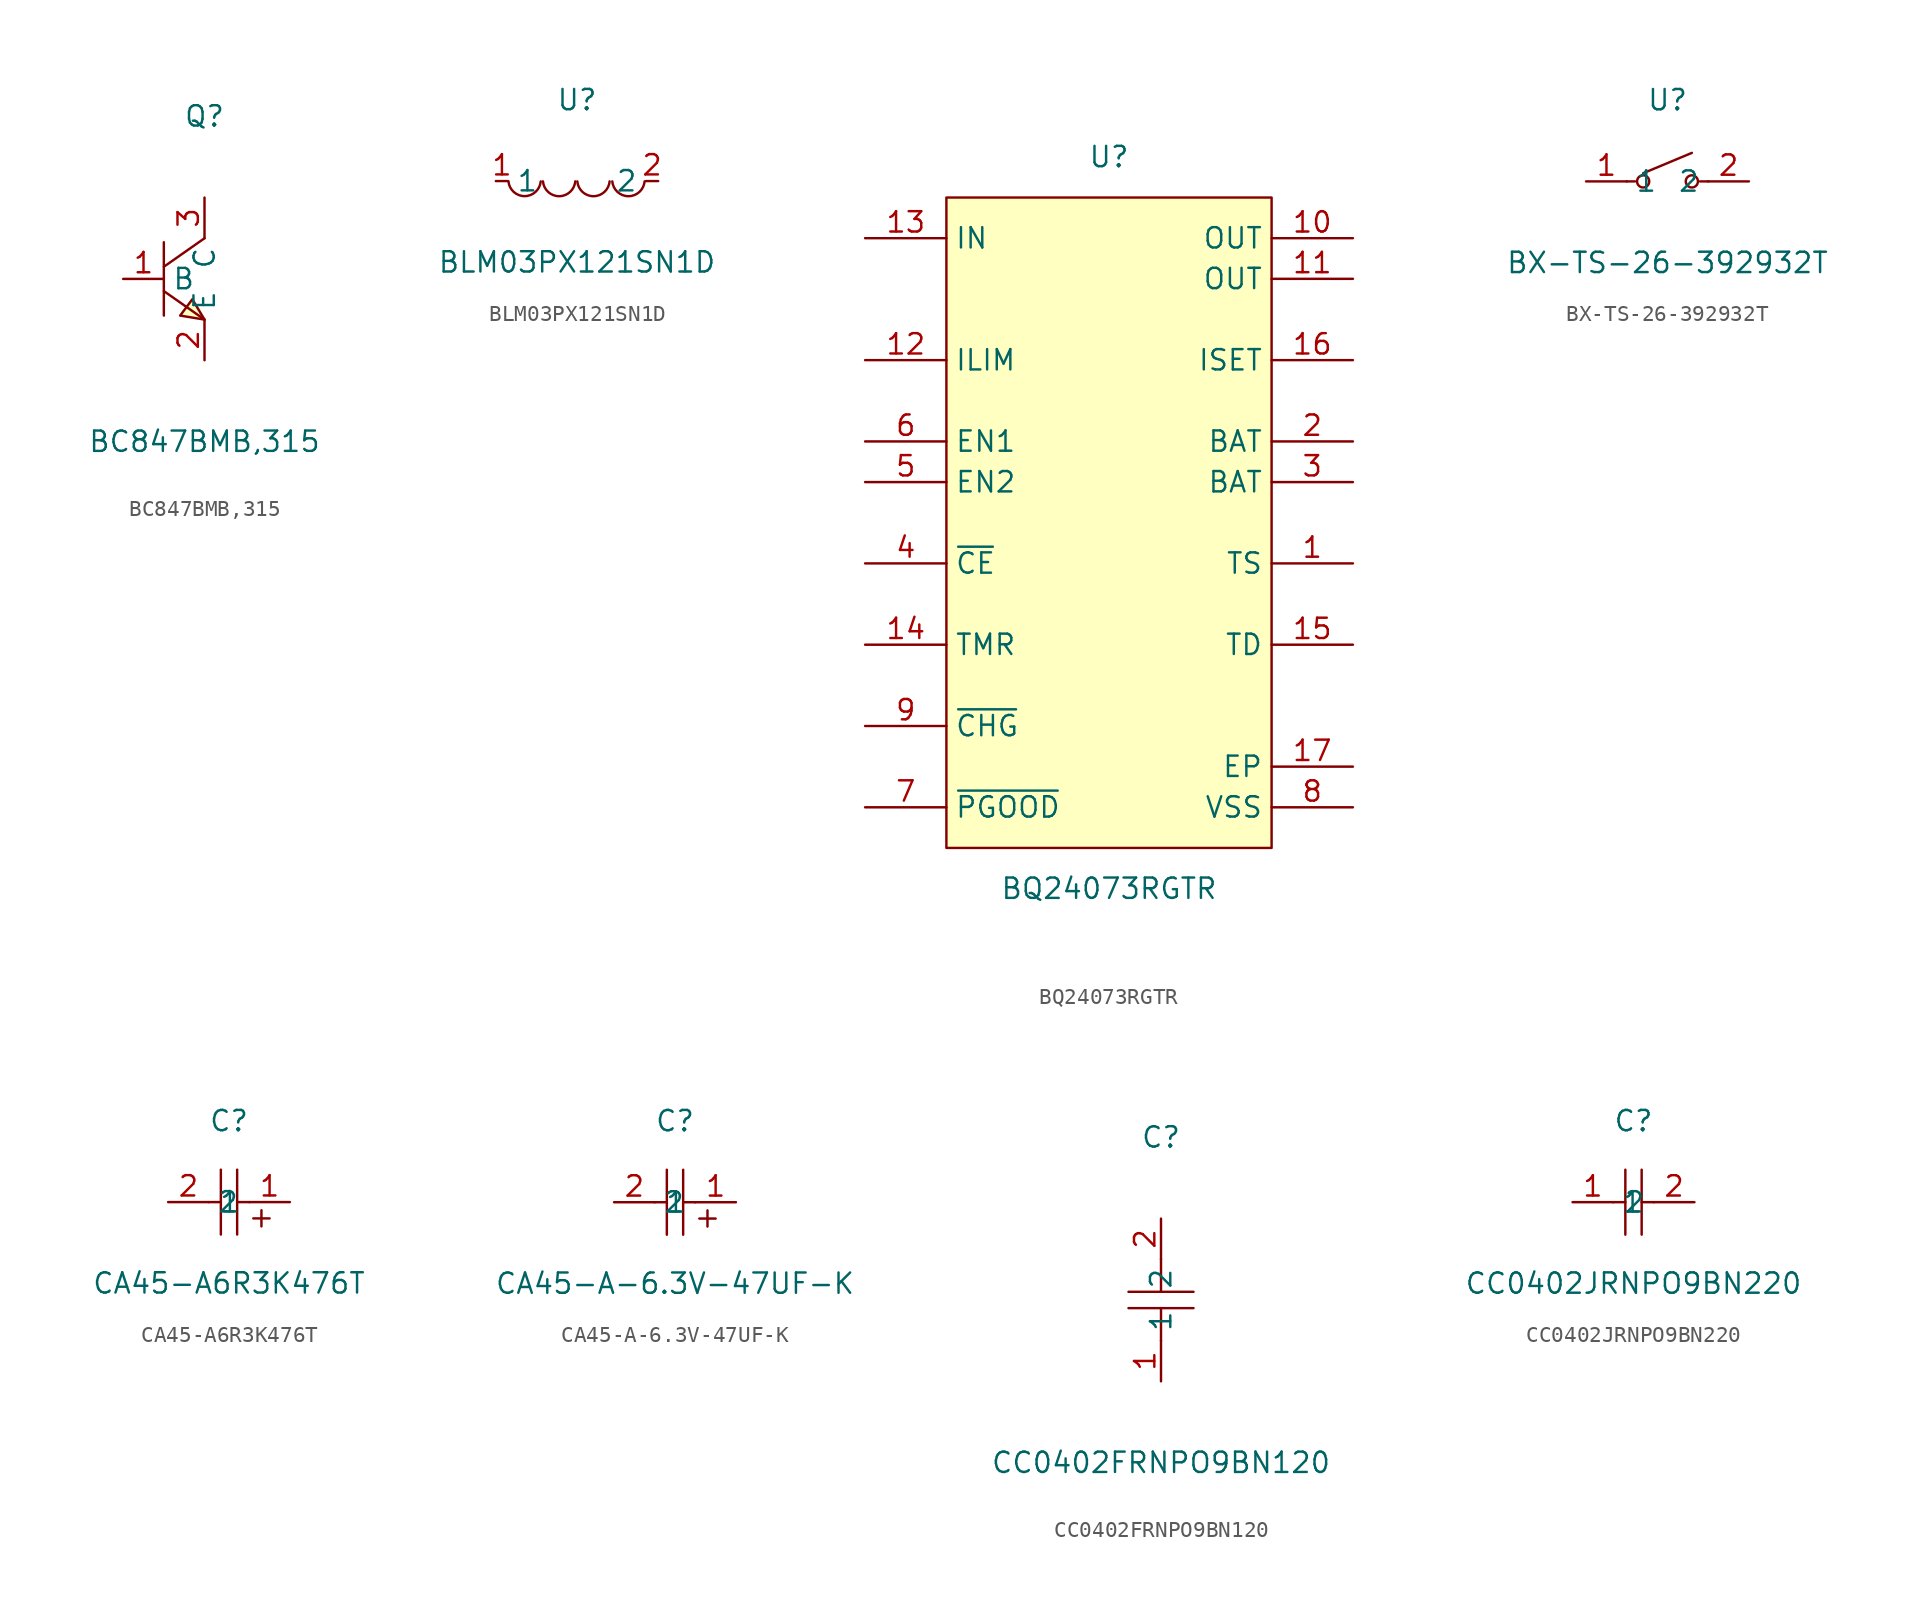
<source format=kicad_sym>
(kicad_symbol_lib
  (version 20241209)
  (generator "kicad_symbol_editor")
  (generator_version "9.0")
  (symbol "BC847BMB,315"
    (property "Reference" "Q"
      (at 0 10.16 0)
      (effects (font (size 1.27 1.27))))
    (property "Value" "BC847BMB,315"
      (at 0 -10.16 0)
      (effects (font (size 1.27 1.27))))
    (symbol "BC847BMB,315_0_1"
      (polyline (pts (xy -2.54 2.29) (xy -2.54 -2.29)) (stroke (width 0) (type default)) (fill (type none)))
      (polyline (pts (xy -2.54 -0.76) (xy 0 -2.54)) (stroke (width 0) (type default)) (fill (type none)))
      (polyline (pts (xy 0 2.54) (xy -2.54 0.76)) (stroke (width 0) (type default)) (fill (type none)))
      (polyline (pts (xy 0 -2.54) (xy -0.76 -1.27) (xy -1.52 -2.29) (xy 0 -2.54)) (stroke (width 0) (type default)) (fill (type background)))
      (pin unspecified line (at -5.08 0 0) (length 2.54) (name "B" (effects (font (size 1.27 1.27)))) (number "1" (effects (font (size 1.27 1.27)))))
      (pin unspecified line (at 0 5.08 270) (length 2.54) (name "C" (effects (font (size 1.27 1.27)))) (number "3" (effects (font (size 1.27 1.27)))))
      (pin unspecified line (at 0 -5.08 90) (length 2.54) (name "E" (effects (font (size 1.27 1.27)))) (number "2" (effects (font (size 1.27 1.27)))))))
  (symbol "BLM03PX121SN1D"
    (property "Reference" "U"
      (at 0 5.08 0)
      (effects (font (size 1.27 1.27))))
    (property "Value" "BLM03PX121SN1D"
      (at 0 -5.08 0)
      (effects (font (size 1.27 1.27))))
    (symbol "BLM03PX121SN1D_0_1"
      (arc (start -2.27 -0.02) (mid -3.28 -0.9427) (end -4.29 -0.02) (stroke (width 0) (type default)) (fill (type none)))
      (arc (start -0.11 -0.02) (mid -1.12 -0.9471) (end -2.13 -0.02) (stroke (width 0) (type default)) (fill (type none)))
      (arc (start 2.04 -0.02) (mid 1.03 -0.9471) (end 0.02 -0.02) (stroke (width 0) (type default)) (fill (type none)))
      (arc (start 4.23 -0.02) (mid 3.22 -0.9471) (end 2.21 -0.02) (stroke (width 0) (type default)) (fill (type none)))
      (pin unspecified line (at -5.08 0 0) (length 0.762) (name "1" (effects (font (size 1.27 1.27)))) (number "1" (effects (font (size 1.27 1.27)))))
      (pin unspecified line (at 5.08 0 180) (length 0.762) (name "2" (effects (font (size 1.27 1.27)))) (number "2" (effects (font (size 1.27 1.27)))))))
  (symbol "BQ24073RGTR"
    (property "Reference" "U"
      (at 0 22.86 0)
      (effects (font (size 1.27 1.27))))
    (property "Value" "BQ24073RGTR"
      (at 0 -22.86 0)
      (effects (font (size 1.27 1.27))))
    (symbol "BQ24073RGTR_0_1"
      (rectangle (start -10.16 20.32) (end 10.16 -20.32) (stroke (width 0) (type default)) (fill (type background)))
      (pin power_in line (at -15.24 17.78 0) (length 5.08) (name "IN" (effects (font (size 1.27 1.27)))) (number "13" (effects (font (size 1.27 1.27)))))
      (pin unspecified line (at -15.24 10.16 0) (length 5.08) (name "ILIM" (effects (font (size 1.27 1.27)))) (number "12" (effects (font (size 1.27 1.27)))))
      (pin unspecified line (at -15.24 5.08 0) (length 5.08) (name "EN1" (effects (font (size 1.27 1.27)))) (number "6" (effects (font (size 1.27 1.27)))))
      (pin unspecified line (at -15.24 2.54 0) (length 5.08) (name "EN2" (effects (font (size 1.27 1.27)))) (number "5" (effects (font (size 1.27 1.27)))))
      (pin unspecified line (at -15.24 -2.54 0) (length 5.08) (name "~{CE}" (effects (font (size 1.27 1.27)))) (number "4" (effects (font (size 1.27 1.27)))))
      (pin unspecified line (at -15.24 -7.62 0) (length 5.08) (name "TMR" (effects (font (size 1.27 1.27)))) (number "14" (effects (font (size 1.27 1.27)))))
      (pin unspecified line (at -15.24 -12.7 0) (length 5.08) (name "~{CHG}" (effects (font (size 1.27 1.27)))) (number "9" (effects (font (size 1.27 1.27)))))
      (pin unspecified line (at -15.24 -17.78 0) (length 5.08) (name "~{PGOOD}" (effects (font (size 1.27 1.27)))) (number "7" (effects (font (size 1.27 1.27)))))
      (pin power_in line (at 15.24 17.78 180) (length 5.08) (name "OUT" (effects (font (size 1.27 1.27)))) (number "10" (effects (font (size 1.27 1.27)))))
      (pin power_in line (at 15.24 15.24 180) (length 5.08) (name "OUT" (effects (font (size 1.27 1.27)))) (number "11" (effects (font (size 1.27 1.27)))))
      (pin bidirectional line (at 15.24 10.16 180) (length 5.08) (name "ISET" (effects (font (size 1.27 1.27)))) (number "16" (effects (font (size 1.27 1.27)))))
      (pin power_in line (at 15.24 5.08 180) (length 5.08) (name "BAT" (effects (font (size 1.27 1.27)))) (number "2" (effects (font (size 1.27 1.27)))))
      (pin power_in line (at 15.24 2.54 180) (length 5.08) (name "BAT" (effects (font (size 1.27 1.27)))) (number "3" (effects (font (size 1.27 1.27)))))
      (pin unspecified line (at 15.24 -2.54 180) (length 5.08) (name "TS" (effects (font (size 1.27 1.27)))) (number "1" (effects (font (size 1.27 1.27)))))
      (pin unspecified line (at 15.24 -7.62 180) (length 5.08) (name "TD" (effects (font (size 1.27 1.27)))) (number "15" (effects (font (size 1.27 1.27)))))
      (pin power_in line (at 15.24 -15.24 180) (length 5.08) (name "EP" (effects (font (size 1.27 1.27)))) (number "17" (effects (font (size 1.27 1.27)))))
      (pin power_in line (at 15.24 -17.78 180) (length 5.08) (name "VSS" (effects (font (size 1.27 1.27)))) (number "8" (effects (font (size 1.27 1.27)))))))
  (symbol "BX-TS-26-392932T"
    (property "Reference" "U"
      (at 0 5.08 0)
      (effects (font (size 1.27 1.27))))
    (property "Value" "BX-TS-26-392932T"
      (at 0 -5.08 0)
      (effects (font (size 1.27 1.27))))
    (symbol "BX-TS-26-392932T_0_1"
      (polyline (pts (xy -2.03 0) (xy -2.54 0)) (stroke (width 0) (type default)) (fill (type none)))
      (polyline (pts (xy -1.52 0.51) (xy 1.52 1.78)) (stroke (width 0) (type default)) (fill (type none)))
      (circle (center -1.52 0) (radius 0.38) (stroke (width 0) (type default)) (fill (type none)))
      (circle (center 1.52 0) (radius 0.38) (stroke (width 0) (type default)) (fill (type none)))
      (polyline (pts (xy 2.03 0) (xy 2.54 0)) (stroke (width 0) (type default)) (fill (type none)))
      (pin unspecified line (at -5.08 0 0) (length 2.54) (name "1" (effects (font (size 1.27 1.27)))) (number "1" (effects (font (size 1.27 1.27)))))
      (pin unspecified line (at 5.08 0 180) (length 2.54) (name "2" (effects (font (size 1.27 1.27)))) (number "2" (effects (font (size 1.27 1.27)))))))
  (symbol "CA45-A6R3K476T"
    (property "Reference" "C"
      (at 0 5.08 0)
      (effects (font (size 1.27 1.27))))
    (property "Value" "CA45-A6R3K476T"
      (at 0 -5.08 0)
      (effects (font (size 1.27 1.27))))
    (symbol "CA45-A6R3K476T_0_1"
      (polyline (pts (xy -0.51 0) (xy -1.27 0)) (stroke (width 0) (type default)) (fill (type none)))
      (polyline (pts (xy -0.51 -2.03) (xy -0.51 2.03)) (stroke (width 0) (type default)) (fill (type none)))
      (polyline (pts (xy 0.51 -2.03) (xy 0.51 2.03)) (stroke (width 0) (type default)) (fill (type none)))
      (polyline (pts (xy 1.27 0) (xy 0.51 0)) (stroke (width 0) (type default)) (fill (type none)))
      (polyline (pts (xy 2.03 -1.52) (xy 2.03 -0.51)) (stroke (width 0) (type default)) (fill (type none)))
      (polyline (pts (xy 2.54 -1.02) (xy 1.52 -1.02)) (stroke (width 0) (type default)) (fill (type none)))
      (pin input line (at -3.81 0 0) (length 2.54) (name "2" (effects (font (size 1.27 1.27)))) (number "2" (effects (font (size 1.27 1.27)))))
      (pin input line (at 3.81 0 180) (length 2.54) (name "1" (effects (font (size 1.27 1.27)))) (number "1" (effects (font (size 1.27 1.27)))))))
  (symbol "CA45-A-6.3V-47UF-K"
    (property "Reference" "C"
      (at 0 5.08 0)
      (effects (font (size 1.27 1.27))))
    (property "Value" "CA45-A-6.3V-47UF-K"
      (at 0 -5.08 0)
      (effects (font (size 1.27 1.27))))
    (symbol "CA45-A-6.3V-47UF-K_0_1"
      (polyline (pts (xy -0.51 0) (xy -1.27 0)) (stroke (width 0) (type default)) (fill (type none)))
      (polyline (pts (xy -0.51 -2.03) (xy -0.51 2.03)) (stroke (width 0) (type default)) (fill (type none)))
      (polyline (pts (xy 0.51 -2.03) (xy 0.51 2.03)) (stroke (width 0) (type default)) (fill (type none)))
      (polyline (pts (xy 1.27 0) (xy 0.51 0)) (stroke (width 0) (type default)) (fill (type none)))
      (polyline (pts (xy 2.03 -1.52) (xy 2.03 -0.51)) (stroke (width 0) (type default)) (fill (type none)))
      (polyline (pts (xy 2.54 -1.02) (xy 1.52 -1.02)) (stroke (width 0) (type default)) (fill (type none)))
      (pin input line (at -3.81 0 0) (length 2.54) (name "2" (effects (font (size 1.27 1.27)))) (number "2" (effects (font (size 1.27 1.27)))))
      (pin input line (at 3.81 0 180) (length 2.54) (name "1" (effects (font (size 1.27 1.27)))) (number "1" (effects (font (size 1.27 1.27)))))))
  (symbol "CC0402FRNPO9BN120"
    (property "Reference" "C"
      (at 0 10.16 0)
      (effects (font (size 1.27 1.27))))
    (property "Value" "CC0402FRNPO9BN120"
      (at 0 -10.16 0)
      (effects (font (size 1.27 1.27))))
    (symbol "CC0402FRNPO9BN120_0_1"
      (polyline (pts (xy -2.03 0.51) (xy 2.03 0.51)) (stroke (width 0) (type default)) (fill (type none)))
      (polyline (pts (xy 0 2.54) (xy 0 0.51)) (stroke (width 0) (type default)) (fill (type none)))
      (polyline (pts (xy 0 -0.51) (xy 0 -2.54)) (stroke (width 0) (type default)) (fill (type none)))
      (polyline (pts (xy 2.03 -0.51) (xy -2.03 -0.51)) (stroke (width 0) (type default)) (fill (type none)))
      (pin unspecified line (at 0 5.08 270) (length 2.54) (name "2" (effects (font (size 1.27 1.27)))) (number "2" (effects (font (size 1.27 1.27)))))
      (pin unspecified line (at 0 -5.08 90) (length 2.54) (name "1" (effects (font (size 1.27 1.27)))) (number "1" (effects (font (size 1.27 1.27)))))))
  (symbol "CC0402JRNPO9BN220"
    (property "Reference" "C"
      (at 0 5.08 0)
      (effects (font (size 1.27 1.27))))
    (property "Value" "CC0402JRNPO9BN220"
      (at 0 -5.08 0)
      (effects (font (size 1.27 1.27))))
    (symbol "CC0402JRNPO9BN220_0_1"
      (polyline (pts (xy -1.27 0) (xy -0.51 0)) (stroke (width 0) (type default)) (fill (type none)))
      (polyline (pts (xy -0.51 2.03) (xy -0.51 -2.03)) (stroke (width 0) (type default)) (fill (type none)))
      (polyline (pts (xy 0.51 2.03) (xy 0.51 -2.03)) (stroke (width 0) (type default)) (fill (type none)))
      (polyline (pts (xy 0.51 0) (xy 1.27 0)) (stroke (width 0) (type default)) (fill (type none)))
      (pin input line (at -3.81 0 0) (length 2.54) (name "1" (effects (font (size 1.27 1.27)))) (number "1" (effects (font (size 1.27 1.27)))))
      (pin input line (at 3.81 0 180) (length 2.54) (name "2" (effects (font (size 1.27 1.27)))) (number "2" (effects (font (size 1.27 1.27))))))))
</source>
